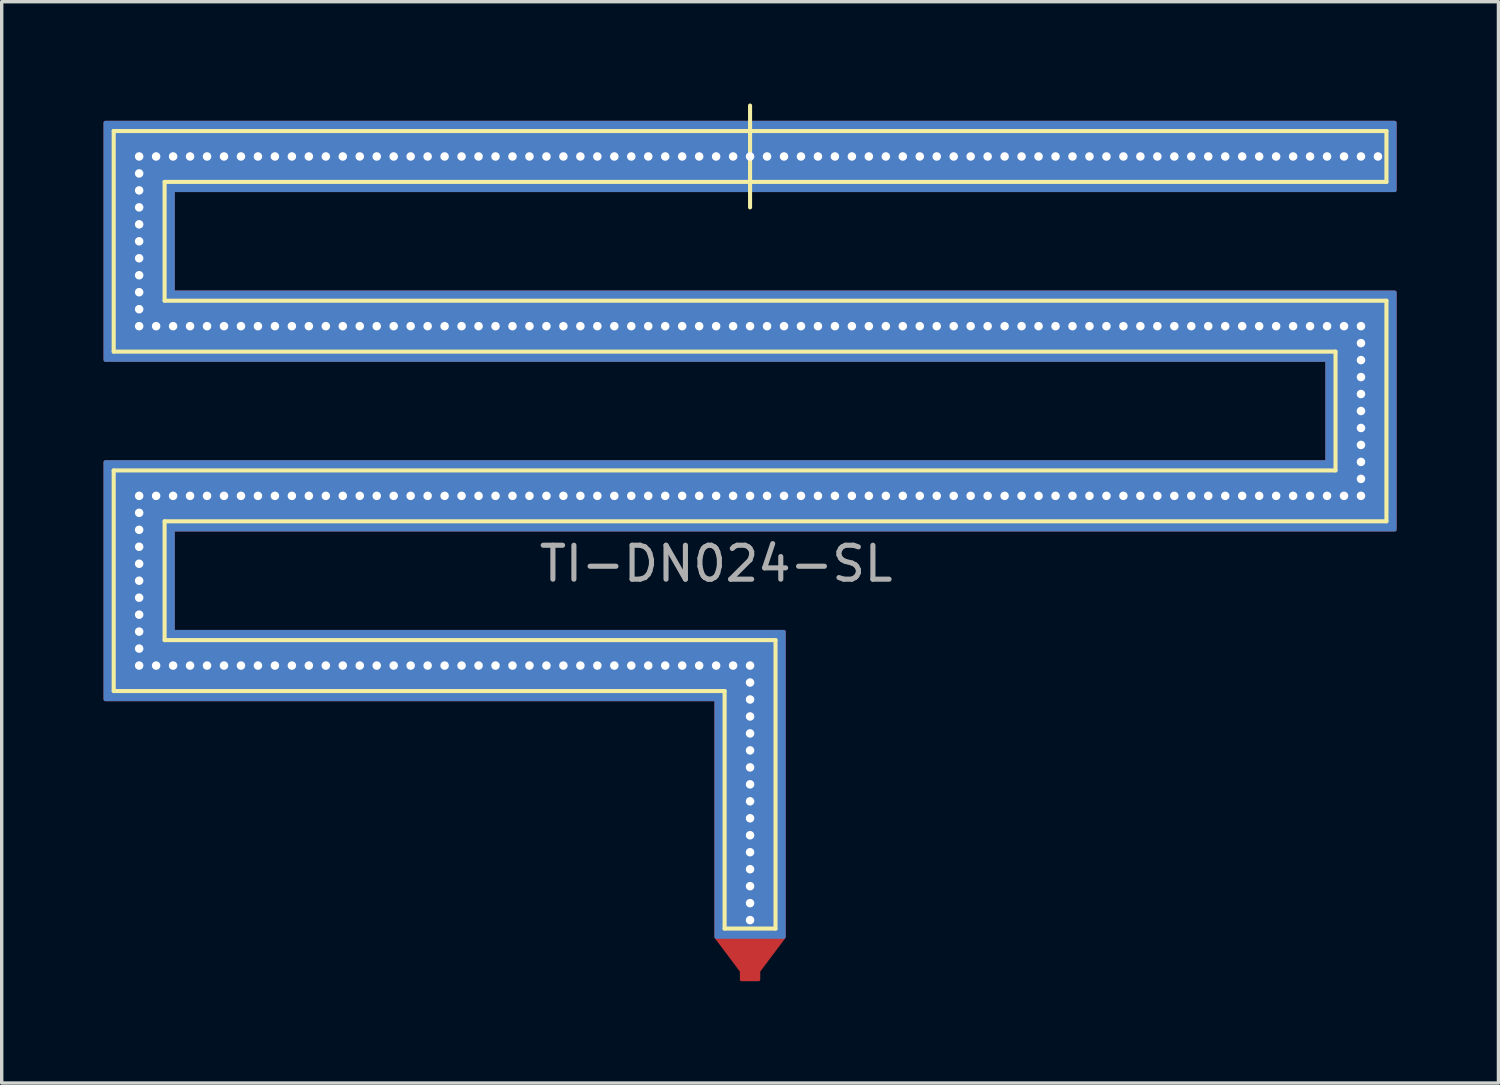
<source format=kicad_pcb>
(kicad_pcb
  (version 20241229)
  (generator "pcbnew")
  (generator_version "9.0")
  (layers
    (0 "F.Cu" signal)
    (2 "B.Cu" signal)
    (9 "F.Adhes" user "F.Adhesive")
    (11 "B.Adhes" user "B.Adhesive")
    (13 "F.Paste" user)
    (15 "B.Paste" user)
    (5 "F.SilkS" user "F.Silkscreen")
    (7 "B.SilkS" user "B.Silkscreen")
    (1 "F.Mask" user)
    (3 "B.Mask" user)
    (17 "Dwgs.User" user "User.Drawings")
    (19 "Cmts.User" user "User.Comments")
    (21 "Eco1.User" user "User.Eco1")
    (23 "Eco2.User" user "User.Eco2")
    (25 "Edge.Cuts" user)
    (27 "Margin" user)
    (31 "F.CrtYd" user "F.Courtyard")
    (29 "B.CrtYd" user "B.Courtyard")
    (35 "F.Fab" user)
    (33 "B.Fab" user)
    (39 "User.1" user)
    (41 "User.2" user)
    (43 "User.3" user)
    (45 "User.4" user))
  (footprint "TI-DN024-SL"
    (layer "F.Cu")
    (at 19.05 11.56)
    (property "Reference" "TI-DN024-SL" (at -1 2 0) (layer "F.Fab") (effects (font (size 1 1) (thickness 0.15))))
    (attr through_hole)
    (fp_line (start -18.75 -10.75) (end 18.75 -10.75) (stroke (width 0.12) (type solid)) (layer "F.SilkS"))
    (fp_line (start -18.75 -4.25) (end -18.75 -10.75) (stroke (width 0.12) (type solid)) (layer "F.SilkS"))
    (fp_line (start -18.75 -0.75) (end 17.25 -0.75) (stroke (width 0.12) (type solid)) (layer "F.SilkS"))
    (fp_line (start -18.75 5.75) (end -18.75 -0.75) (stroke (width 0.12) (type solid)) (layer "F.SilkS"))
    (fp_line (start -17.25 -9.25) (end -17.25 -5.75) (stroke (width 0.12) (type solid)) (layer "F.SilkS"))
    (fp_line (start -17.25 -5.75) (end 18.75 -5.75) (stroke (width 0.12) (type solid)) (layer "F.SilkS"))
    (fp_line (start -17.25 0.75) (end -17.25 4.25) (stroke (width 0.12) (type solid)) (layer "F.SilkS"))
    (fp_line (start -17.25 4.25) (end 0.75 4.25) (stroke (width 0.12) (type solid)) (layer "F.SilkS"))
    (fp_line (start -0.75 5.75) (end -18.75 5.75) (stroke (width 0.12) (type solid)) (layer "F.SilkS"))
    (fp_line (start -0.75 12.75) (end -0.75 5.75) (stroke (width 0.12) (type solid)) (layer "F.SilkS"))
    (fp_line (start 0 -11.5) (end 0 -8.5) (stroke (width 0.12) (type solid)) (layer "F.SilkS"))
    (fp_line (start 0.75 4.25) (end 0.75 12.75) (stroke (width 0.12) (type solid)) (layer "F.SilkS"))
    (fp_line (start 0.75 12.75) (end -0.75 12.75) (stroke (width 0.12) (type solid)) (layer "F.SilkS"))
    (fp_line (start 17.25 -4.25) (end -18.75 -4.25) (stroke (width 0.12) (type solid)) (layer "F.SilkS"))
    (fp_line (start 17.25 -0.75) (end 17.25 -4.25) (stroke (width 0.12) (type solid)) (layer "F.SilkS"))
    (fp_line (start 18.75 -10.75) (end 18.75 -9.25) (stroke (width 0.12) (type solid)) (layer "F.SilkS"))
    (fp_line (start 18.75 -9.25) (end -17.25 -9.25) (stroke (width 0.12) (type solid)) (layer "F.SilkS"))
    (fp_line (start 18.75 -5.75) (end 18.75 0.75) (stroke (width 0.12) (type solid)) (layer "F.SilkS"))
    (fp_line (start 18.75 0.75) (end -17.25 0.75) (stroke (width 0.12) (type solid)) (layer "F.SilkS"))
    (pad "1" thru_hole circle (at -18 -10) (size 0.3 0.3) (drill 0.25) (layers "*.Cu" "*.Mask"))
    (pad "1" thru_hole circle (at -18 -9.5) (size 0.3 0.3) (drill 0.25) (layers "*.Cu" "*.Mask"))
    (pad "1" thru_hole circle (at -18 -9) (size 0.3 0.3) (drill 0.25) (layers "*.Cu" "*.Mask"))
    (pad "1" thru_hole circle (at -18 -8.5) (size 0.3 0.3) (drill 0.25) (layers "*.Cu" "*.Mask"))
    (pad "1" thru_hole circle (at -18 -8) (size 0.3 0.3) (drill 0.25) (layers "*.Cu" "*.Mask"))
    (pad "1" thru_hole circle (at -18 -7.5) (size 0.3 0.3) (drill 0.25) (layers "*.Cu" "*.Mask"))
    (pad "1" thru_hole circle (at -18 -7) (size 0.3 0.3) (drill 0.25) (layers "*.Cu" "*.Mask"))
    (pad "1" thru_hole circle (at -18 -6.5) (size 0.3 0.3) (drill 0.25) (layers "*.Cu" "*.Mask"))
    (pad "1" thru_hole circle (at -18 -6) (size 0.3 0.3) (drill 0.25) (layers "*.Cu" "*.Mask"))
    (pad "1" thru_hole circle (at -18 -5.5) (size 0.3 0.3) (drill 0.25) (layers "*.Cu" "*.Mask"))
    (pad "1" thru_hole circle (at -18 -5) (size 0.3 0.3) (drill 0.25) (layers "*.Cu" "*.Mask"))
    (pad "1" thru_hole circle (at -18 0) (size 0.3 0.3) (drill 0.25) (layers "*.Cu" "*.Mask"))
    (pad "1" thru_hole circle (at -18 0.5) (size 0.3 0.3) (drill 0.25) (layers "*.Cu" "*.Mask"))
    (pad "1" thru_hole circle (at -18 1) (size 0.3 0.3) (drill 0.25) (layers "*.Cu" "*.Mask"))
    (pad "1" thru_hole circle (at -18 1.5) (size 0.3 0.3) (drill 0.25) (layers "*.Cu" "*.Mask"))
    (pad "1" thru_hole circle (at -18 2) (size 0.3 0.3) (drill 0.25) (layers "*.Cu" "*.Mask"))
    (pad "1" thru_hole circle (at -18 2.5) (size 0.3 0.3) (drill 0.25) (layers "*.Cu" "*.Mask"))
    (pad "1" thru_hole circle (at -18 3) (size 0.3 0.3) (drill 0.25) (layers "*.Cu" "*.Mask"))
    (pad "1" thru_hole circle (at -18 3.5) (size 0.3 0.3) (drill 0.25) (layers "*.Cu" "*.Mask"))
    (pad "1" thru_hole circle (at -18 4) (size 0.3 0.3) (drill 0.25) (layers "*.Cu" "*.Mask"))
    (pad "1" thru_hole circle (at -18 4.5) (size 0.3 0.3) (drill 0.25) (layers "*.Cu" "*.Mask"))
    (pad "1" thru_hole circle (at -18 5) (size 0.3 0.3) (drill 0.25) (layers "*.Cu" "*.Mask"))
    (pad "1" thru_hole circle (at -17.5 -10) (size 0.3 0.3) (drill 0.25) (layers "*.Cu" "*.Mask"))
    (pad "1" thru_hole circle (at -17.5 -5) (size 0.3 0.3) (drill 0.25) (layers "*.Cu" "*.Mask"))
    (pad "1" thru_hole circle (at -17.5 0) (size 0.3 0.3) (drill 0.25) (layers "*.Cu" "*.Mask"))
    (pad "1" thru_hole circle (at -17.5 5) (size 0.3 0.3) (drill 0.25) (layers "*.Cu" "*.Mask"))
    (pad "1" thru_hole circle (at -17 -10) (size 0.3 0.3) (drill 0.25) (layers "*.Cu" "*.Mask"))
    (pad "1" thru_hole circle (at -17 -5) (size 0.3 0.3) (drill 0.25) (layers "*.Cu" "*.Mask"))
    (pad "1" thru_hole circle (at -17 0) (size 0.3 0.3) (drill 0.25) (layers "*.Cu" "*.Mask"))
    (pad "1" thru_hole circle (at -17 5) (size 0.3 0.3) (drill 0.25) (layers "*.Cu" "*.Mask"))
    (pad "1" thru_hole circle (at -16.5 -10) (size 0.3 0.3) (drill 0.25) (layers "*.Cu" "*.Mask"))
    (pad "1" thru_hole circle (at -16.5 -5) (size 0.3 0.3) (drill 0.25) (layers "*.Cu" "*.Mask"))
    (pad "1" thru_hole circle (at -16.5 0) (size 0.3 0.3) (drill 0.25) (layers "*.Cu" "*.Mask"))
    (pad "1" thru_hole circle (at -16.5 5) (size 0.3 0.3) (drill 0.25) (layers "*.Cu" "*.Mask"))
    (pad "1" thru_hole circle (at -16 -10) (size 0.3 0.3) (drill 0.25) (layers "*.Cu" "*.Mask"))
    (pad "1" thru_hole circle (at -16 -5) (size 0.3 0.3) (drill 0.25) (layers "*.Cu" "*.Mask"))
    (pad "1" thru_hole circle (at -16 0) (size 0.3 0.3) (drill 0.25) (layers "*.Cu" "*.Mask"))
    (pad "1" thru_hole circle (at -16 5) (size 0.3 0.3) (drill 0.25) (layers "*.Cu" "*.Mask"))
    (pad "1" thru_hole circle (at -15.5 -10) (size 0.3 0.3) (drill 0.25) (layers "*.Cu" "*.Mask"))
    (pad "1" thru_hole circle (at -15.5 -5) (size 0.3 0.3) (drill 0.25) (layers "*.Cu" "*.Mask"))
    (pad "1" thru_hole circle (at -15.5 0) (size 0.3 0.3) (drill 0.25) (layers "*.Cu" "*.Mask"))
    (pad "1" thru_hole circle (at -15.5 5) (size 0.3 0.3) (drill 0.25) (layers "*.Cu" "*.Mask"))
    (pad "1" thru_hole circle (at -15 -10) (size 0.3 0.3) (drill 0.25) (layers "*.Cu" "*.Mask"))
    (pad "1" thru_hole circle (at -15 -5) (size 0.3 0.3) (drill 0.25) (layers "*.Cu" "*.Mask"))
    (pad "1" thru_hole circle (at -15 0) (size 0.3 0.3) (drill 0.25) (layers "*.Cu" "*.Mask"))
    (pad "1" thru_hole circle (at -15 5) (size 0.3 0.3) (drill 0.25) (layers "*.Cu" "*.Mask"))
    (pad "1" thru_hole circle (at -14.5 -10) (size 0.3 0.3) (drill 0.25) (layers "*.Cu" "*.Mask"))
    (pad "1" thru_hole circle (at -14.5 -5) (size 0.3 0.3) (drill 0.25) (layers "*.Cu" "*.Mask"))
    (pad "1" thru_hole circle (at -14.5 0) (size 0.3 0.3) (drill 0.25) (layers "*.Cu" "*.Mask"))
    (pad "1" thru_hole circle (at -14.5 5) (size 0.3 0.3) (drill 0.25) (layers "*.Cu" "*.Mask"))
    (pad "1" thru_hole circle (at -14 -10) (size 0.3 0.3) (drill 0.25) (layers "*.Cu" "*.Mask"))
    (pad "1" thru_hole circle (at -14 -5) (size 0.3 0.3) (drill 0.25) (layers "*.Cu" "*.Mask"))
    (pad "1" thru_hole circle (at -14 0) (size 0.3 0.3) (drill 0.25) (layers "*.Cu" "*.Mask"))
    (pad "1" thru_hole circle (at -14 5) (size 0.3 0.3) (drill 0.25) (layers "*.Cu" "*.Mask"))
    (pad "1" thru_hole circle (at -13.5 -10) (size 0.3 0.3) (drill 0.25) (layers "*.Cu" "*.Mask"))
    (pad "1" thru_hole circle (at -13.5 -5) (size 0.3 0.3) (drill 0.25) (layers "*.Cu" "*.Mask"))
    (pad "1" thru_hole circle (at -13.5 0) (size 0.3 0.3) (drill 0.25) (layers "*.Cu" "*.Mask"))
    (pad "1" thru_hole circle (at -13.5 5) (size 0.3 0.3) (drill 0.25) (layers "*.Cu" "*.Mask"))
    (pad "1" thru_hole circle (at -13 -10) (size 0.3 0.3) (drill 0.25) (layers "*.Cu" "*.Mask"))
    (pad "1" thru_hole circle (at -13 -5) (size 0.3 0.3) (drill 0.25) (layers "*.Cu" "*.Mask"))
    (pad "1" thru_hole circle (at -13 0) (size 0.3 0.3) (drill 0.25) (layers "*.Cu" "*.Mask"))
    (pad "1" thru_hole circle (at -13 5) (size 0.3 0.3) (drill 0.25) (layers "*.Cu" "*.Mask"))
    (pad "1" thru_hole circle (at -12.5 -10) (size 0.3 0.3) (drill 0.25) (layers "*.Cu" "*.Mask"))
    (pad "1" thru_hole circle (at -12.5 -5) (size 0.3 0.3) (drill 0.25) (layers "*.Cu" "*.Mask"))
    (pad "1" thru_hole circle (at -12.5 0) (size 0.3 0.3) (drill 0.25) (layers "*.Cu" "*.Mask"))
    (pad "1" thru_hole circle (at -12.5 5) (size 0.3 0.3) (drill 0.25) (layers "*.Cu" "*.Mask"))
    (pad "1" thru_hole circle (at -12 -10) (size 0.3 0.3) (drill 0.25) (layers "*.Cu" "*.Mask"))
    (pad "1" thru_hole circle (at -12 -5) (size 0.3 0.3) (drill 0.25) (layers "*.Cu" "*.Mask"))
    (pad "1" thru_hole circle (at -12 0) (size 0.3 0.3) (drill 0.25) (layers "*.Cu" "*.Mask"))
    (pad "1" thru_hole circle (at -12 5) (size 0.3 0.3) (drill 0.25) (layers "*.Cu" "*.Mask"))
    (pad "1" thru_hole circle (at -11.5 -10) (size 0.3 0.3) (drill 0.25) (layers "*.Cu" "*.Mask"))
    (pad "1" thru_hole circle (at -11.5 -5) (size 0.3 0.3) (drill 0.25) (layers "*.Cu" "*.Mask"))
    (pad "1" thru_hole circle (at -11.5 0) (size 0.3 0.3) (drill 0.25) (layers "*.Cu" "*.Mask"))
    (pad "1" thru_hole circle (at -11.5 5) (size 0.3 0.3) (drill 0.25) (layers "*.Cu" "*.Mask"))
    (pad "1" thru_hole circle (at -11 -10) (size 0.3 0.3) (drill 0.25) (layers "*.Cu" "*.Mask"))
    (pad "1" thru_hole circle (at -11 -5) (size 0.3 0.3) (drill 0.25) (layers "*.Cu" "*.Mask"))
    (pad "1" thru_hole circle (at -11 0) (size 0.3 0.3) (drill 0.25) (layers "*.Cu" "*.Mask"))
    (pad "1" thru_hole circle (at -11 5) (size 0.3 0.3) (drill 0.25) (layers "*.Cu" "*.Mask"))
    (pad "1" thru_hole circle (at -10.5 -10) (size 0.3 0.3) (drill 0.25) (layers "*.Cu" "*.Mask"))
    (pad "1" thru_hole circle (at -10.5 -5) (size 0.3 0.3) (drill 0.25) (layers "*.Cu" "*.Mask"))
    (pad "1" thru_hole circle (at -10.5 0) (size 0.3 0.3) (drill 0.25) (layers "*.Cu" "*.Mask"))
    (pad "1" thru_hole circle (at -10.5 5) (size 0.3 0.3) (drill 0.25) (layers "*.Cu" "*.Mask"))
    (pad "1" thru_hole circle (at -10 -10) (size 0.3 0.3) (drill 0.25) (layers "*.Cu" "*.Mask"))
    (pad "1" thru_hole circle (at -10 -5) (size 0.3 0.3) (drill 0.25) (layers "*.Cu" "*.Mask"))
    (pad "1" thru_hole circle (at -10 0) (size 0.3 0.3) (drill 0.25) (layers "*.Cu" "*.Mask"))
    (pad "1" thru_hole circle (at -10 5) (size 0.3 0.3) (drill 0.25) (layers "*.Cu" "*.Mask"))
    (pad "1" thru_hole circle (at -9.5 -10) (size 0.3 0.3) (drill 0.25) (layers "*.Cu" "*.Mask"))
    (pad "1" thru_hole circle (at -9.5 -5) (size 0.3 0.3) (drill 0.25) (layers "*.Cu" "*.Mask"))
    (pad "1" thru_hole circle (at -9.5 0) (size 0.3 0.3) (drill 0.25) (layers "*.Cu" "*.Mask"))
    (pad "1" thru_hole circle (at -9.5 5) (size 0.3 0.3) (drill 0.25) (layers "*.Cu" "*.Mask"))
    (pad "1" thru_hole circle (at -9 -10) (size 0.3 0.3) (drill 0.25) (layers "*.Cu" "*.Mask"))
    (pad "1" thru_hole circle (at -9 -5) (size 0.3 0.3) (drill 0.25) (layers "*.Cu" "*.Mask"))
    (pad "1" thru_hole circle (at -9 0) (size 0.3 0.3) (drill 0.25) (layers "*.Cu" "*.Mask"))
    (pad "1" thru_hole circle (at -9 5) (size 0.3 0.3) (drill 0.25) (layers "*.Cu" "*.Mask"))
    (pad "1" thru_hole circle (at -8.5 -10) (size 0.3 0.3) (drill 0.25) (layers "*.Cu" "*.Mask"))
    (pad "1" thru_hole circle (at -8.5 -5) (size 0.3 0.3) (drill 0.25) (layers "*.Cu" "*.Mask"))
    (pad "1" thru_hole circle (at -8.5 0) (size 0.3 0.3) (drill 0.25) (layers "*.Cu" "*.Mask"))
    (pad "1" thru_hole circle (at -8.5 5) (size 0.3 0.3) (drill 0.25) (layers "*.Cu" "*.Mask"))
    (pad "1" thru_hole circle (at -8 -10) (size 0.3 0.3) (drill 0.25) (layers "*.Cu" "*.Mask"))
    (pad "1" thru_hole circle (at -8 -5) (size 0.3 0.3) (drill 0.25) (layers "*.Cu" "*.Mask"))
    (pad "1" thru_hole circle (at -8 0) (size 0.3 0.3) (drill 0.25) (layers "*.Cu" "*.Mask"))
    (pad "1" thru_hole circle (at -8 5) (size 0.3 0.3) (drill 0.25) (layers "*.Cu" "*.Mask"))
    (pad "1" thru_hole circle (at -7.5 -10) (size 0.3 0.3) (drill 0.25) (layers "*.Cu" "*.Mask"))
    (pad "1" thru_hole circle (at -7.5 -5) (size 0.3 0.3) (drill 0.25) (layers "*.Cu" "*.Mask"))
    (pad "1" thru_hole circle (at -7.5 0) (size 0.3 0.3) (drill 0.25) (layers "*.Cu" "*.Mask"))
    (pad "1" thru_hole circle (at -7.5 5) (size 0.3 0.3) (drill 0.25) (layers "*.Cu" "*.Mask"))
    (pad "1" thru_hole circle (at -7 -10) (size 0.3 0.3) (drill 0.25) (layers "*.Cu" "*.Mask"))
    (pad "1" thru_hole circle (at -7 -5) (size 0.3 0.3) (drill 0.25) (layers "*.Cu" "*.Mask"))
    (pad "1" thru_hole circle (at -7 0) (size 0.3 0.3) (drill 0.25) (layers "*.Cu" "*.Mask"))
    (pad "1" thru_hole circle (at -7 5) (size 0.3 0.3) (drill 0.25) (layers "*.Cu" "*.Mask"))
    (pad "1" thru_hole circle (at -6.5 -10) (size 0.3 0.3) (drill 0.25) (layers "*.Cu" "*.Mask"))
    (pad "1" thru_hole circle (at -6.5 -5) (size 0.3 0.3) (drill 0.25) (layers "*.Cu" "*.Mask"))
    (pad "1" thru_hole circle (at -6.5 0) (size 0.3 0.3) (drill 0.25) (layers "*.Cu" "*.Mask"))
    (pad "1" thru_hole circle (at -6.5 5) (size 0.3 0.3) (drill 0.25) (layers "*.Cu" "*.Mask"))
    (pad "1" thru_hole circle (at -6 -10) (size 0.3 0.3) (drill 0.25) (layers "*.Cu" "*.Mask"))
    (pad "1" thru_hole circle (at -6 -5) (size 0.3 0.3) (drill 0.25) (layers "*.Cu" "*.Mask"))
    (pad "1" thru_hole circle (at -6 0) (size 0.3 0.3) (drill 0.25) (layers "*.Cu" "*.Mask"))
    (pad "1" thru_hole circle (at -6 5) (size 0.3 0.3) (drill 0.25) (layers "*.Cu" "*.Mask"))
    (pad "1" thru_hole circle (at -5.5 -10) (size 0.3 0.3) (drill 0.25) (layers "*.Cu" "*.Mask"))
    (pad "1" thru_hole circle (at -5.5 -5) (size 0.3 0.3) (drill 0.25) (layers "*.Cu" "*.Mask"))
    (pad "1" thru_hole circle (at -5.5 0) (size 0.3 0.3) (drill 0.25) (layers "*.Cu" "*.Mask"))
    (pad "1" thru_hole circle (at -5.5 5) (size 0.3 0.3) (drill 0.25) (layers "*.Cu" "*.Mask"))
    (pad "1" thru_hole circle (at -5 -10) (size 0.3 0.3) (drill 0.25) (layers "*.Cu" "*.Mask"))
    (pad "1" thru_hole circle (at -5 -5) (size 0.3 0.3) (drill 0.25) (layers "*.Cu" "*.Mask"))
    (pad "1" thru_hole circle (at -5 0) (size 0.3 0.3) (drill 0.25) (layers "*.Cu" "*.Mask"))
    (pad "1" thru_hole circle (at -5 5) (size 0.3 0.3) (drill 0.25) (layers "*.Cu" "*.Mask"))
    (pad "1" thru_hole circle (at -4.5 -10) (size 0.3 0.3) (drill 0.25) (layers "*.Cu" "*.Mask"))
    (pad "1" thru_hole circle (at -4.5 -5) (size 0.3 0.3) (drill 0.25) (layers "*.Cu" "*.Mask"))
    (pad "1" thru_hole circle (at -4.5 0) (size 0.3 0.3) (drill 0.25) (layers "*.Cu" "*.Mask"))
    (pad "1" thru_hole circle (at -4.5 5) (size 0.3 0.3) (drill 0.25) (layers "*.Cu" "*.Mask"))
    (pad "1" thru_hole circle (at -4 -10) (size 0.3 0.3) (drill 0.25) (layers "*.Cu" "*.Mask"))
    (pad "1" thru_hole circle (at -4 -5) (size 0.3 0.3) (drill 0.25) (layers "*.Cu" "*.Mask"))
    (pad "1" thru_hole circle (at -4 0) (size 0.3 0.3) (drill 0.25) (layers "*.Cu" "*.Mask"))
    (pad "1" thru_hole circle (at -4 5) (size 0.3 0.3) (drill 0.25) (layers "*.Cu" "*.Mask"))
    (pad "1" thru_hole circle (at -3.5 -10) (size 0.3 0.3) (drill 0.25) (layers "*.Cu" "*.Mask"))
    (pad "1" thru_hole circle (at -3.5 -5) (size 0.3 0.3) (drill 0.25) (layers "*.Cu" "*.Mask"))
    (pad "1" thru_hole circle (at -3.5 0) (size 0.3 0.3) (drill 0.25) (layers "*.Cu" "*.Mask"))
    (pad "1" thru_hole circle (at -3.5 5) (size 0.3 0.3) (drill 0.25) (layers "*.Cu" "*.Mask"))
    (pad "1" thru_hole circle (at -3 -10) (size 0.3 0.3) (drill 0.25) (layers "*.Cu" "*.Mask"))
    (pad "1" thru_hole circle (at -3 -5) (size 0.3 0.3) (drill 0.25) (layers "*.Cu" "*.Mask"))
    (pad "1" thru_hole circle (at -3 0) (size 0.3 0.3) (drill 0.25) (layers "*.Cu" "*.Mask"))
    (pad "1" thru_hole circle (at -3 5) (size 0.3 0.3) (drill 0.25) (layers "*.Cu" "*.Mask"))
    (pad "1" thru_hole circle (at -2.5 -10) (size 0.3 0.3) (drill 0.25) (layers "*.Cu" "*.Mask"))
    (pad "1" thru_hole circle (at -2.5 -5) (size 0.3 0.3) (drill 0.25) (layers "*.Cu" "*.Mask"))
    (pad "1" thru_hole circle (at -2.5 0) (size 0.3 0.3) (drill 0.25) (layers "*.Cu" "*.Mask"))
    (pad "1" thru_hole circle (at -2.5 5) (size 0.3 0.3) (drill 0.25) (layers "*.Cu" "*.Mask"))
    (pad "1" thru_hole circle (at -2 -10) (size 0.3 0.3) (drill 0.25) (layers "*.Cu" "*.Mask"))
    (pad "1" thru_hole circle (at -2 -5) (size 0.3 0.3) (drill 0.25) (layers "*.Cu" "*.Mask"))
    (pad "1" thru_hole circle (at -2 0) (size 0.3 0.3) (drill 0.25) (layers "*.Cu" "*.Mask"))
    (pad "1" thru_hole circle (at -2 5) (size 0.3 0.3) (drill 0.25) (layers "*.Cu" "*.Mask"))
    (pad "1" thru_hole circle (at -1.5 -10) (size 0.3 0.3) (drill 0.25) (layers "*.Cu" "*.Mask"))
    (pad "1" thru_hole circle (at -1.5 -5) (size 0.3 0.3) (drill 0.25) (layers "*.Cu" "*.Mask"))
    (pad "1" thru_hole circle (at -1.5 0) (size 0.3 0.3) (drill 0.25) (layers "*.Cu" "*.Mask"))
    (pad "1" thru_hole circle (at -1.5 5) (size 0.3 0.3) (drill 0.25) (layers "*.Cu" "*.Mask"))
    (pad "1" thru_hole circle (at -1 -10) (size 0.3 0.3) (drill 0.25) (layers "*.Cu" "*.Mask"))
    (pad "1" thru_hole circle (at -1 -5) (size 0.3 0.3) (drill 0.25) (layers "*.Cu" "*.Mask"))
    (pad "1" thru_hole circle (at -1 0) (size 0.3 0.3) (drill 0.25) (layers "*.Cu" "*.Mask"))
    (pad "1" thru_hole circle (at -1 5) (size 0.3 0.3) (drill 0.25) (layers "*.Cu" "*.Mask"))
    (pad "1" thru_hole circle (at -0.5 -10) (size 0.3 0.3) (drill 0.25) (layers "*.Cu" "*.Mask"))
    (pad "1" thru_hole circle (at -0.5 -5) (size 0.3 0.3) (drill 0.25) (layers "*.Cu" "*.Mask"))
    (pad "1" thru_hole circle (at -0.5 0) (size 0.3 0.3) (drill 0.25) (layers "*.Cu" "*.Mask"))
    (pad "1" thru_hole circle (at -0.5 5) (size 0.3 0.3) (drill 0.25) (layers "*.Cu" "*.Mask"))
    (pad "1" thru_hole circle (at 0 -10) (size 0.3 0.3) (drill 0.25) (layers "*.Cu" "*.Mask"))
    (pad "1" thru_hole circle (at 0 -5) (size 0.3 0.3) (drill 0.25) (layers "*.Cu" "*.Mask"))
    (pad "1" thru_hole circle (at 0 0) (size 0.3 0.3) (drill 0.25) (layers "*.Cu" "*.Mask"))
    (pad "1" thru_hole circle (at 0 5) (size 0.3 0.3) (drill 0.25) (layers "*.Cu" "*.Mask"))
    (pad "1" thru_hole circle (at 0 5.5) (size 0.3 0.3) (drill 0.25) (layers "*.Cu" "*.Mask"))
    (pad "1" thru_hole circle (at 0 6) (size 0.3 0.3) (drill 0.25) (layers "*.Cu" "*.Mask"))
    (pad "1" thru_hole circle (at 0 6.5) (size 0.3 0.3) (drill 0.25) (layers "*.Cu" "*.Mask"))
    (pad "1" thru_hole circle (at 0 7) (size 0.3 0.3) (drill 0.25) (layers "*.Cu" "*.Mask"))
    (pad "1" thru_hole circle (at 0 7.5) (size 0.3 0.3) (drill 0.25) (layers "*.Cu" "*.Mask"))
    (pad "1" thru_hole circle (at 0 8) (size 0.3 0.3) (drill 0.25) (layers "*.Cu" "*.Mask"))
    (pad "1" thru_hole circle (at 0 8.5) (size 0.3 0.3) (drill 0.25) (layers "*.Cu" "*.Mask"))
    (pad "1" thru_hole circle (at 0 9) (size 0.3 0.3) (drill 0.25) (layers "*.Cu" "*.Mask"))
    (pad "1" thru_hole circle (at 0 9.5) (size 0.3 0.3) (drill 0.25) (layers "*.Cu" "*.Mask"))
    (pad "1" thru_hole circle (at 0 10) (size 0.3 0.3) (drill 0.25) (layers "*.Cu" "*.Mask"))
    (pad "1" thru_hole circle (at 0 10.5) (size 0.3 0.3) (drill 0.25) (layers "*.Cu" "*.Mask"))
    (pad "1" thru_hole circle (at 0 11) (size 0.3 0.3) (drill 0.25) (layers "*.Cu" "*.Mask"))
    (pad "1" thru_hole circle (at 0 11.5) (size 0.3 0.3) (drill 0.25) (layers "*.Cu" "*.Mask"))
    (pad "1" thru_hole circle (at 0 12) (size 0.3 0.3) (drill 0.25) (layers "*.Cu" "*.Mask"))
    (pad "1" thru_hole circle (at 0 12.5) (size 0.3 0.3) (drill 0.25) (layers "*.Cu" "*.Mask"))
    (pad "1" smd custom (at 0 14.133) (size 0.335 0.335) (layers "F.Cu") (options (anchor circle)) (primitives (gr_poly (pts (xy -0.3 -0.117) (xy -0.296 -0.136) (xy -0.285 -0.153) (xy -0.269 -0.164) (xy -0.25 -0.168) (xy 0.25 -0.168) (xy 0.269 -0.164) (xy 0.285 -0.153) (xy 0.296 -0.136) (xy 0.3 -0.117) (xy 0.3 0.117) (xy 0.296 0.136) (xy 0.285 0.153) (xy 0.269 0.164) (xy 0.25 0.168) (xy -0.25 0.168) (xy -0.269 0.164) (xy -0.285 0.153) (xy -0.296 0.136) (xy -0.3 0.117)) (width 0) (fill yes)) (gr_poly (pts (xy 1 -1.133) (xy -1 -1.133) (xy -0.25 -0.133) (xy 0.25 -0.133)) (width 0.1) (fill yes)) (gr_poly (pts (xy 1 -1.133) (xy -1 -1.133) (xy -1 -10.133) (xy 1 -10.133)) (width 0.1) (fill yes)) (gr_poly (pts (xy -19 -8.133) (xy 1 -8.133) (xy 1 -10.133) (xy -19 -10.133)) (width 0.1) (fill yes)) (gr_poly (pts (xy -19 -15.133) (xy -19 -8.133) (xy -17 -8.133) (xy -17 -15.133)) (width 0.1) (fill yes)) (gr_poly (pts (xy 19 -13.133) (xy -19 -13.133) (xy -19 -15.133) (xy 19 -15.133)) (width 0.1) (fill yes)) (gr_poly (pts (xy 19 -20.133) (xy 19 -13.133) (xy 17 -13.133) (xy 17 -20.133)) (width 0.1) (fill yes)) (gr_poly (pts (xy -19 -18.133) (xy 19 -18.133) (xy 19 -20.133) (xy -19 -20.133)) (width 0.1) (fill yes)) (gr_poly (pts (xy -19 -25.133) (xy -19 -18.133) (xy -17 -18.133) (xy -17 -25.133)) (width 0.1) (fill yes)) (gr_poly (pts (xy 19 -25.133) (xy -19 -25.133) (xy -19 -23.133) (xy 19 -23.133)) (width 0.1) (fill yes))))
    (pad "1" thru_hole circle (at 0.5 -10) (size 0.3 0.3) (drill 0.25) (layers "*.Cu" "*.Mask"))
    (pad "1" thru_hole circle (at 0.5 -5) (size 0.3 0.3) (drill 0.25) (layers "*.Cu" "*.Mask"))
    (pad "1" thru_hole circle (at 0.5 0) (size 0.3 0.3) (drill 0.25) (layers "*.Cu" "*.Mask"))
    (pad "1" smd custom (at 0.5 4.5) (size 1 1) (layers "B.Cu") (options (anchor circle)) (primitives (gr_poly (pts (xy -19.5 1.5) (xy 0.5 1.5) (xy 0.5 -0.5) (xy -19.5 -0.5)) (width 0.1) (fill yes)) (gr_poly (pts (xy -19.5 -5.5) (xy -19.5 1.5) (xy -17.5 1.5) (xy -17.5 -5.5)) (width 0.1) (fill yes)) (gr_poly (pts (xy 0.5 8.5) (xy -1.5 8.5) (xy -1.5 -0.5) (xy 0.5 -0.5)) (width 0.1) (fill yes)) (gr_poly (pts (xy 18.5 -3.5) (xy -19.5 -3.5) (xy -19.5 -5.5) (xy 18.5 -5.5)) (width 0.1) (fill yes)) (gr_poly (pts (xy 18.5 -10.5) (xy 18.5 -3.5) (xy 16.5 -3.5) (xy 16.5 -10.5)) (width 0.1) (fill yes)) (gr_poly (pts (xy -19.5 -8.5) (xy 18.5 -8.5) (xy 18.5 -10.5) (xy -19.5 -10.5)) (width 0.1) (fill yes)) (gr_poly (pts (xy -19.5 -15.5) (xy -19.5 -8.5) (xy -17.5 -8.5) (xy -17.5 -15.5)) (width 0.1) (fill yes)) (gr_poly (pts (xy 18.5 -15.5) (xy -19.5 -15.5) (xy -19.5 -13.5) (xy 18.5 -13.5)) (width 0.1) (fill yes))))
    (pad "1" thru_hole circle (at 1 -10) (size 0.3 0.3) (drill 0.25) (layers "*.Cu" "*.Mask"))
    (pad "1" thru_hole circle (at 1 -5) (size 0.3 0.3) (drill 0.25) (layers "*.Cu" "*.Mask"))
    (pad "1" thru_hole circle (at 1 0) (size 0.3 0.3) (drill 0.25) (layers "*.Cu" "*.Mask"))
    (pad "1" thru_hole circle (at 1.5 -10) (size 0.3 0.3) (drill 0.25) (layers "*.Cu" "*.Mask"))
    (pad "1" thru_hole circle (at 1.5 -5) (size 0.3 0.3) (drill 0.25) (layers "*.Cu" "*.Mask"))
    (pad "1" thru_hole circle (at 1.5 0) (size 0.3 0.3) (drill 0.25) (layers "*.Cu" "*.Mask"))
    (pad "1" thru_hole circle (at 2 -10) (size 0.3 0.3) (drill 0.25) (layers "*.Cu" "*.Mask"))
    (pad "1" thru_hole circle (at 2 -5) (size 0.3 0.3) (drill 0.25) (layers "*.Cu" "*.Mask"))
    (pad "1" thru_hole circle (at 2 0) (size 0.3 0.3) (drill 0.25) (layers "*.Cu" "*.Mask"))
    (pad "1" thru_hole circle (at 2.5 -10) (size 0.3 0.3) (drill 0.25) (layers "*.Cu" "*.Mask"))
    (pad "1" thru_hole circle (at 2.5 -5) (size 0.3 0.3) (drill 0.25) (layers "*.Cu" "*.Mask"))
    (pad "1" thru_hole circle (at 2.5 0) (size 0.3 0.3) (drill 0.25) (layers "*.Cu" "*.Mask"))
    (pad "1" thru_hole circle (at 3 -10) (size 0.3 0.3) (drill 0.25) (layers "*.Cu" "*.Mask"))
    (pad "1" thru_hole circle (at 3 -5) (size 0.3 0.3) (drill 0.25) (layers "*.Cu" "*.Mask"))
    (pad "1" thru_hole circle (at 3 0) (size 0.3 0.3) (drill 0.25) (layers "*.Cu" "*.Mask"))
    (pad "1" thru_hole circle (at 3.5 -10) (size 0.3 0.3) (drill 0.25) (layers "*.Cu" "*.Mask"))
    (pad "1" thru_hole circle (at 3.5 -5) (size 0.3 0.3) (drill 0.25) (layers "*.Cu" "*.Mask"))
    (pad "1" thru_hole circle (at 3.5 0) (size 0.3 0.3) (drill 0.25) (layers "*.Cu" "*.Mask"))
    (pad "1" thru_hole circle (at 4 -10) (size 0.3 0.3) (drill 0.25) (layers "*.Cu" "*.Mask"))
    (pad "1" thru_hole circle (at 4 -5) (size 0.3 0.3) (drill 0.25) (layers "*.Cu" "*.Mask"))
    (pad "1" thru_hole circle (at 4 0) (size 0.3 0.3) (drill 0.25) (layers "*.Cu" "*.Mask"))
    (pad "1" thru_hole circle (at 4.5 -10) (size 0.3 0.3) (drill 0.25) (layers "*.Cu" "*.Mask"))
    (pad "1" thru_hole circle (at 4.5 -5) (size 0.3 0.3) (drill 0.25) (layers "*.Cu" "*.Mask"))
    (pad "1" thru_hole circle (at 4.5 0) (size 0.3 0.3) (drill 0.25) (layers "*.Cu" "*.Mask"))
    (pad "1" thru_hole circle (at 5 -10) (size 0.3 0.3) (drill 0.25) (layers "*.Cu" "*.Mask"))
    (pad "1" thru_hole circle (at 5 -5) (size 0.3 0.3) (drill 0.25) (layers "*.Cu" "*.Mask"))
    (pad "1" thru_hole circle (at 5 0) (size 0.3 0.3) (drill 0.25) (layers "*.Cu" "*.Mask"))
    (pad "1" thru_hole circle (at 5.5 -10) (size 0.3 0.3) (drill 0.25) (layers "*.Cu" "*.Mask"))
    (pad "1" thru_hole circle (at 5.5 -5) (size 0.3 0.3) (drill 0.25) (layers "*.Cu" "*.Mask"))
    (pad "1" thru_hole circle (at 5.5 0) (size 0.3 0.3) (drill 0.25) (layers "*.Cu" "*.Mask"))
    (pad "1" thru_hole circle (at 6 -10) (size 0.3 0.3) (drill 0.25) (layers "*.Cu" "*.Mask"))
    (pad "1" thru_hole circle (at 6 -5) (size 0.3 0.3) (drill 0.25) (layers "*.Cu" "*.Mask"))
    (pad "1" thru_hole circle (at 6 0) (size 0.3 0.3) (drill 0.25) (layers "*.Cu" "*.Mask"))
    (pad "1" thru_hole circle (at 6.5 -10) (size 0.3 0.3) (drill 0.25) (layers "*.Cu" "*.Mask"))
    (pad "1" thru_hole circle (at 6.5 -5) (size 0.3 0.3) (drill 0.25) (layers "*.Cu" "*.Mask"))
    (pad "1" thru_hole circle (at 6.5 0) (size 0.3 0.3) (drill 0.25) (layers "*.Cu" "*.Mask"))
    (pad "1" thru_hole circle (at 7 -10) (size 0.3 0.3) (drill 0.25) (layers "*.Cu" "*.Mask"))
    (pad "1" thru_hole circle (at 7 -5) (size 0.3 0.3) (drill 0.25) (layers "*.Cu" "*.Mask"))
    (pad "1" thru_hole circle (at 7 0) (size 0.3 0.3) (drill 0.25) (layers "*.Cu" "*.Mask"))
    (pad "1" thru_hole circle (at 7.5 -10) (size 0.3 0.3) (drill 0.25) (layers "*.Cu" "*.Mask"))
    (pad "1" thru_hole circle (at 7.5 -5) (size 0.3 0.3) (drill 0.25) (layers "*.Cu" "*.Mask"))
    (pad "1" thru_hole circle (at 7.5 0) (size 0.3 0.3) (drill 0.25) (layers "*.Cu" "*.Mask"))
    (pad "1" thru_hole circle (at 8 -10) (size 0.3 0.3) (drill 0.25) (layers "*.Cu" "*.Mask"))
    (pad "1" thru_hole circle (at 8 -5) (size 0.3 0.3) (drill 0.25) (layers "*.Cu" "*.Mask"))
    (pad "1" thru_hole circle (at 8 0) (size 0.3 0.3) (drill 0.25) (layers "*.Cu" "*.Mask"))
    (pad "1" thru_hole circle (at 8.5 -10) (size 0.3 0.3) (drill 0.25) (layers "*.Cu" "*.Mask"))
    (pad "1" thru_hole circle (at 8.5 -5) (size 0.3 0.3) (drill 0.25) (layers "*.Cu" "*.Mask"))
    (pad "1" thru_hole circle (at 8.5 0) (size 0.3 0.3) (drill 0.25) (layers "*.Cu" "*.Mask"))
    (pad "1" thru_hole circle (at 9 -10) (size 0.3 0.3) (drill 0.25) (layers "*.Cu" "*.Mask"))
    (pad "1" thru_hole circle (at 9 -5) (size 0.3 0.3) (drill 0.25) (layers "*.Cu" "*.Mask"))
    (pad "1" thru_hole circle (at 9 0) (size 0.3 0.3) (drill 0.25) (layers "*.Cu" "*.Mask"))
    (pad "1" thru_hole circle (at 9.5 -10) (size 0.3 0.3) (drill 0.25) (layers "*.Cu" "*.Mask"))
    (pad "1" thru_hole circle (at 9.5 -5) (size 0.3 0.3) (drill 0.25) (layers "*.Cu" "*.Mask"))
    (pad "1" thru_hole circle (at 9.5 0) (size 0.3 0.3) (drill 0.25) (layers "*.Cu" "*.Mask"))
    (pad "1" thru_hole circle (at 10 -10) (size 0.3 0.3) (drill 0.25) (layers "*.Cu" "*.Mask"))
    (pad "1" thru_hole circle (at 10 -5) (size 0.3 0.3) (drill 0.25) (layers "*.Cu" "*.Mask"))
    (pad "1" thru_hole circle (at 10 0) (size 0.3 0.3) (drill 0.25) (layers "*.Cu" "*.Mask"))
    (pad "1" thru_hole circle (at 10.5 -10) (size 0.3 0.3) (drill 0.25) (layers "*.Cu" "*.Mask"))
    (pad "1" thru_hole circle (at 10.5 -5) (size 0.3 0.3) (drill 0.25) (layers "*.Cu" "*.Mask"))
    (pad "1" thru_hole circle (at 10.5 0) (size 0.3 0.3) (drill 0.25) (layers "*.Cu" "*.Mask"))
    (pad "1" thru_hole circle (at 11 -10) (size 0.3 0.3) (drill 0.25) (layers "*.Cu" "*.Mask"))
    (pad "1" thru_hole circle (at 11 -5) (size 0.3 0.3) (drill 0.25) (layers "*.Cu" "*.Mask"))
    (pad "1" thru_hole circle (at 11 0) (size 0.3 0.3) (drill 0.25) (layers "*.Cu" "*.Mask"))
    (pad "1" thru_hole circle (at 11.5 -10) (size 0.3 0.3) (drill 0.25) (layers "*.Cu" "*.Mask"))
    (pad "1" thru_hole circle (at 11.5 -5) (size 0.3 0.3) (drill 0.25) (layers "*.Cu" "*.Mask"))
    (pad "1" thru_hole circle (at 11.5 0) (size 0.3 0.3) (drill 0.25) (layers "*.Cu" "*.Mask"))
    (pad "1" thru_hole circle (at 12 -10) (size 0.3 0.3) (drill 0.25) (layers "*.Cu" "*.Mask"))
    (pad "1" thru_hole circle (at 12 -5) (size 0.3 0.3) (drill 0.25) (layers "*.Cu" "*.Mask"))
    (pad "1" thru_hole circle (at 12 0) (size 0.3 0.3) (drill 0.25) (layers "*.Cu" "*.Mask"))
    (pad "1" thru_hole circle (at 12.5 -10) (size 0.3 0.3) (drill 0.25) (layers "*.Cu" "*.Mask"))
    (pad "1" thru_hole circle (at 12.5 -5) (size 0.3 0.3) (drill 0.25) (layers "*.Cu" "*.Mask"))
    (pad "1" thru_hole circle (at 12.5 0) (size 0.3 0.3) (drill 0.25) (layers "*.Cu" "*.Mask"))
    (pad "1" thru_hole circle (at 13 -10) (size 0.3 0.3) (drill 0.25) (layers "*.Cu" "*.Mask"))
    (pad "1" thru_hole circle (at 13 -5) (size 0.3 0.3) (drill 0.25) (layers "*.Cu" "*.Mask"))
    (pad "1" thru_hole circle (at 13 0) (size 0.3 0.3) (drill 0.25) (layers "*.Cu" "*.Mask"))
    (pad "1" thru_hole circle (at 13.5 -10) (size 0.3 0.3) (drill 0.25) (layers "*.Cu" "*.Mask"))
    (pad "1" thru_hole circle (at 13.5 -5) (size 0.3 0.3) (drill 0.25) (layers "*.Cu" "*.Mask"))
    (pad "1" thru_hole circle (at 13.5 0) (size 0.3 0.3) (drill 0.25) (layers "*.Cu" "*.Mask"))
    (pad "1" thru_hole circle (at 14 -10) (size 0.3 0.3) (drill 0.25) (layers "*.Cu" "*.Mask"))
    (pad "1" thru_hole circle (at 14 -5) (size 0.3 0.3) (drill 0.25) (layers "*.Cu" "*.Mask"))
    (pad "1" thru_hole circle (at 14 0) (size 0.3 0.3) (drill 0.25) (layers "*.Cu" "*.Mask"))
    (pad "1" thru_hole circle (at 14.5 -10) (size 0.3 0.3) (drill 0.25) (layers "*.Cu" "*.Mask"))
    (pad "1" thru_hole circle (at 14.5 -5) (size 0.3 0.3) (drill 0.25) (layers "*.Cu" "*.Mask"))
    (pad "1" thru_hole circle (at 14.5 0) (size 0.3 0.3) (drill 0.25) (layers "*.Cu" "*.Mask"))
    (pad "1" thru_hole circle (at 15 -10) (size 0.3 0.3) (drill 0.25) (layers "*.Cu" "*.Mask"))
    (pad "1" thru_hole circle (at 15 -5) (size 0.3 0.3) (drill 0.25) (layers "*.Cu" "*.Mask"))
    (pad "1" thru_hole circle (at 15 0) (size 0.3 0.3) (drill 0.25) (layers "*.Cu" "*.Mask"))
    (pad "1" thru_hole circle (at 15.5 -10) (size 0.3 0.3) (drill 0.25) (layers "*.Cu" "*.Mask"))
    (pad "1" thru_hole circle (at 15.5 -5) (size 0.3 0.3) (drill 0.25) (layers "*.Cu" "*.Mask"))
    (pad "1" thru_hole circle (at 15.5 0) (size 0.3 0.3) (drill 0.25) (layers "*.Cu" "*.Mask"))
    (pad "1" thru_hole circle (at 16 -10) (size 0.3 0.3) (drill 0.25) (layers "*.Cu" "*.Mask"))
    (pad "1" thru_hole circle (at 16 -5) (size 0.3 0.3) (drill 0.25) (layers "*.Cu" "*.Mask"))
    (pad "1" thru_hole circle (at 16 0) (size 0.3 0.3) (drill 0.25) (layers "*.Cu" "*.Mask"))
    (pad "1" thru_hole circle (at 16.5 -10) (size 0.3 0.3) (drill 0.25) (layers "*.Cu" "*.Mask"))
    (pad "1" thru_hole circle (at 16.5 -5) (size 0.3 0.3) (drill 0.25) (layers "*.Cu" "*.Mask"))
    (pad "1" thru_hole circle (at 16.5 0) (size 0.3 0.3) (drill 0.25) (layers "*.Cu" "*.Mask"))
    (pad "1" thru_hole circle (at 17 -10) (size 0.3 0.3) (drill 0.25) (layers "*.Cu" "*.Mask"))
    (pad "1" thru_hole circle (at 17 -5) (size 0.3 0.3) (drill 0.25) (layers "*.Cu" "*.Mask"))
    (pad "1" thru_hole circle (at 17 0) (size 0.3 0.3) (drill 0.25) (layers "*.Cu" "*.Mask"))
    (pad "1" thru_hole circle (at 17.5 -10) (size 0.3 0.3) (drill 0.25) (layers "*.Cu" "*.Mask"))
    (pad "1" thru_hole circle (at 17.5 -5) (size 0.3 0.3) (drill 0.25) (layers "*.Cu" "*.Mask"))
    (pad "1" thru_hole circle (at 17.5 0) (size 0.3 0.3) (drill 0.25) (layers "*.Cu" "*.Mask"))
    (pad "1" thru_hole circle (at 18 -10) (size 0.3 0.3) (drill 0.25) (layers "*.Cu" "*.Mask"))
    (pad "1" thru_hole circle (at 18 -5) (size 0.3 0.3) (drill 0.25) (layers "*.Cu" "*.Mask"))
    (pad "1" thru_hole circle (at 18 -4.5) (size 0.3 0.3) (drill 0.25) (layers "*.Cu" "*.Mask"))
    (pad "1" thru_hole circle (at 18 -4) (size 0.3 0.3) (drill 0.25) (layers "*.Cu" "*.Mask"))
    (pad "1" thru_hole circle (at 18 -3.5) (size 0.3 0.3) (drill 0.25) (layers "*.Cu" "*.Mask"))
    (pad "1" thru_hole circle (at 18 -3) (size 0.3 0.3) (drill 0.25) (layers "*.Cu" "*.Mask"))
    (pad "1" thru_hole circle (at 18 -2.5) (size 0.3 0.3) (drill 0.25) (layers "*.Cu" "*.Mask"))
    (pad "1" thru_hole circle (at 18 -2) (size 0.3 0.3) (drill 0.25) (layers "*.Cu" "*.Mask"))
    (pad "1" thru_hole circle (at 18 -1.5) (size 0.3 0.3) (drill 0.25) (layers "*.Cu" "*.Mask"))
    (pad "1" thru_hole circle (at 18 -1) (size 0.3 0.3) (drill 0.25) (layers "*.Cu" "*.Mask"))
    (pad "1" thru_hole circle (at 18 -0.5) (size 0.3 0.3) (drill 0.25) (layers "*.Cu" "*.Mask"))
    (pad "1" thru_hole circle (at 18 0) (size 0.3 0.3) (drill 0.25) (layers "*.Cu" "*.Mask"))
    (pad "1" thru_hole circle (at 18.5 -10) (size 0.3 0.3) (drill 0.25) (layers "*.Cu" "*.Mask")))
  (gr_rect
    (start -3 -3)
    (end 41.1 28.86)
    (stroke (width 0.1) (type default))
    (fill no)
    (layer "Edge.Cuts")))
</source>
